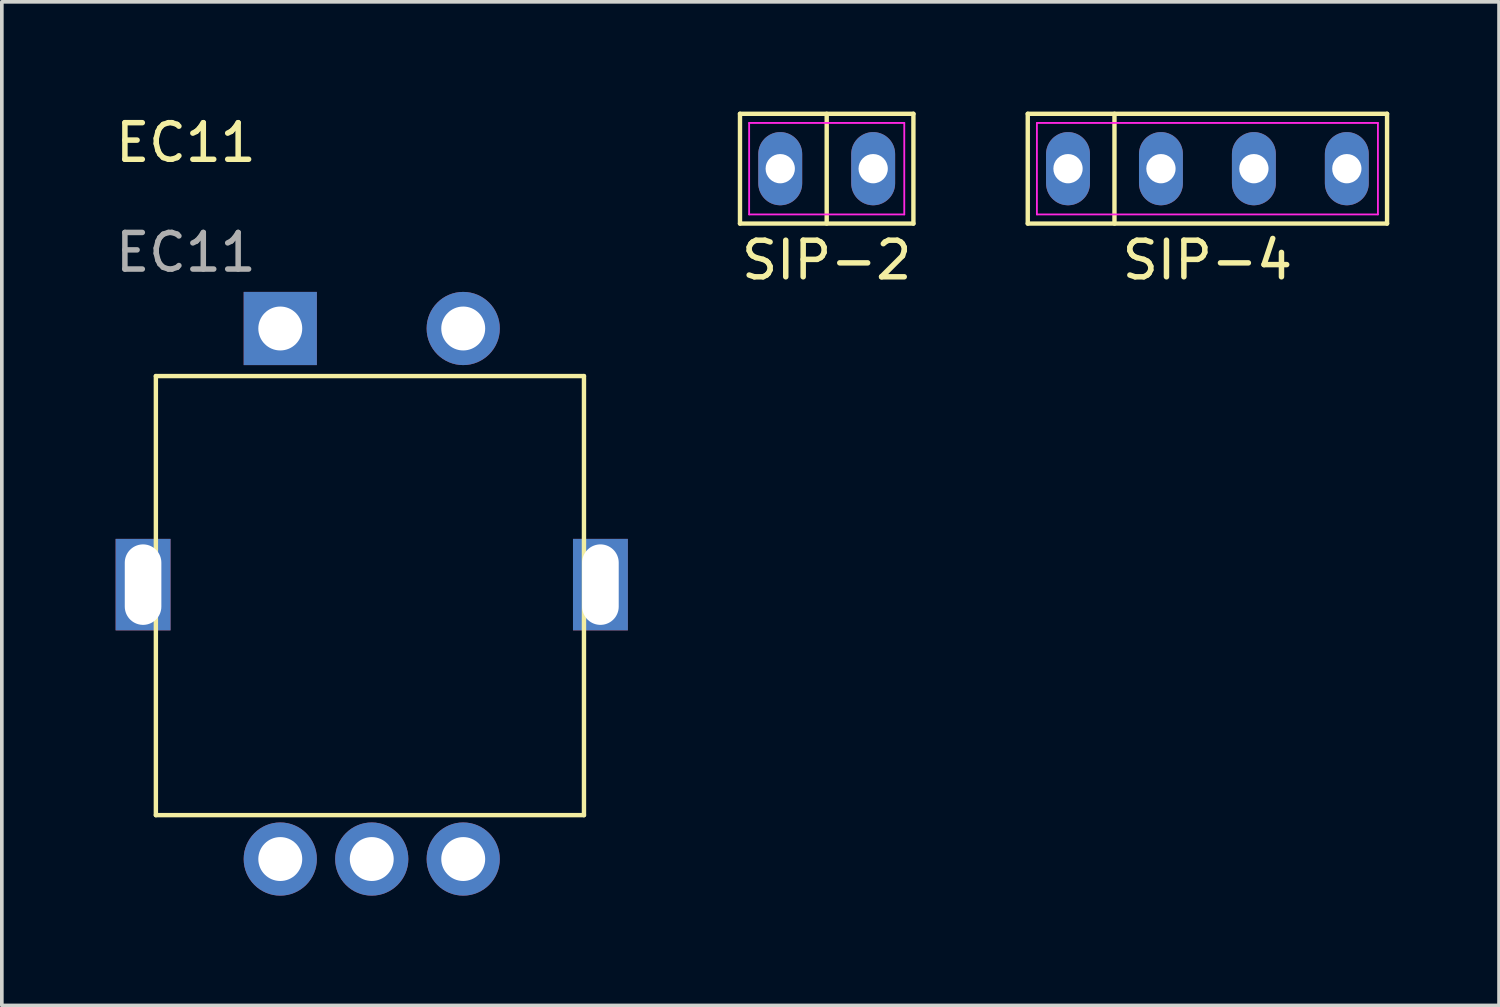
<source format=kicad_pcb>
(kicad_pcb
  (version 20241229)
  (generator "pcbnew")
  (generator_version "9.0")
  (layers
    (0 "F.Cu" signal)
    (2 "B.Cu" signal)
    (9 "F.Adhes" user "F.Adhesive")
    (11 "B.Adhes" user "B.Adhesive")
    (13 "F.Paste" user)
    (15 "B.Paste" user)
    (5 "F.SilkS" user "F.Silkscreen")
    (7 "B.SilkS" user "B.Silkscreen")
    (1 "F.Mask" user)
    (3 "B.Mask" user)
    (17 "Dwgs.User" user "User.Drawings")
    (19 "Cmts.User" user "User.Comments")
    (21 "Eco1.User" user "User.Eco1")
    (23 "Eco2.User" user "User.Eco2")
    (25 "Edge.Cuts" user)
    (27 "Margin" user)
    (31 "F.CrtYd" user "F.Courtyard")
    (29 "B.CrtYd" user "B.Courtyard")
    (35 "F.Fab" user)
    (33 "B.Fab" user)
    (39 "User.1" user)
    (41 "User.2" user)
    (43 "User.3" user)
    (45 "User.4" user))
  (footprint "SIP-2"
    (layer "F.Cu")
    (at 19.544 1.56)
    (property "Reference" "SIP-2" (at 0 2.5 0) (layer "F.SilkS") (effects (font (size 1 1) (thickness 0.15))))
    (fp_line (start -2.37 -1.5) (end 2.37 -1.5) (stroke (width 0.12) (type solid)) (layer "F.SilkS"))
    (fp_line (start -2.37 1.5) (end -2.37 -1.5) (stroke (width 0.12) (type solid)) (layer "F.SilkS"))
    (fp_line (start 0 -1.5) (end 0 1.5) (stroke (width 0.12) (type solid)) (layer "F.SilkS"))
    (fp_line (start 2.37 -1.5) (end 2.37 1.5) (stroke (width 0.12) (type solid)) (layer "F.SilkS"))
    (fp_line (start 2.37 1.5) (end -2.37 1.5) (stroke (width 0.12) (type solid)) (layer "F.SilkS"))
    (fp_line (start -2.12 -1.25) (end 2.12 -1.25) (stroke (width 0.05) (type solid)) (layer "F.CrtYd"))
    (fp_line (start -2.12 1.25) (end -2.12 -1.25) (stroke (width 0.05) (type solid)) (layer "F.CrtYd"))
    (fp_line (start 2.12 -1.25) (end 2.12 1.25) (stroke (width 0.05) (type solid)) (layer "F.CrtYd"))
    (fp_line (start 2.12 1.25) (end -2.12 1.25) (stroke (width 0.05) (type solid)) (layer "F.CrtYd"))
    (pad "1" thru_hole oval (at -1.27 0) (size 1.2 2) (drill 0.8) (layers "*.Cu" "*.Mask"))
    (pad "2" thru_hole oval (at 1.27 0) (size 1.2 2) (drill 0.8) (layers "*.Cu" "*.Mask")))
  (footprint "EC11"
    (layer "F.Cu")
    (at 7.11 12.928)
    (property "Reference" "EC11" (at -5.08 -12.08 0) (unlocked yes) (layer "F.SilkS") (effects (font (size 1 1) (thickness 0.15))))
    (attr through_hole)
    (fp_line (start -5.9 -5.7) (end 5.8 -5.7) (stroke (width 0.12) (type solid)) (layer "F.SilkS"))
    (fp_line (start -5.9 6.3) (end -5.9 -5.7) (stroke (width 0.12) (type solid)) (layer "F.SilkS"))
    (fp_line (start 5.8 -5.7) (end 5.8 6.3) (stroke (width 0.12) (type solid)) (layer "F.SilkS"))
    (fp_line (start 5.8 6.3) (end -5.9 6.3) (stroke (width 0.12) (type solid)) (layer "F.SilkS"))
    (fp_text user "${REFERENCE}" (at -5.08 -9.08 0) (unlocked yes) (layer "F.Fab") (effects (font (size 1 1) (thickness 0.15))))
    (pad "6" thru_hole rect (at -6.25 0) (size 1.5 2.5) (drill oval 1 2.2) (layers "*.Cu" "*.Mask"))
    (pad "7" thru_hole rect (at 6.25 0) (size 1.5 2.5) (drill oval 1 2.2) (layers "*.Cu" "*.Mask"))
    (pad "A" thru_hole circle (at -2.5 7.5) (size 2 2) (drill 1.2) (layers "*.Cu" "*.Mask"))
    (pad "B" thru_hole circle (at 2.5 7.5) (size 2 2) (drill 1.2) (layers "*.Cu" "*.Mask"))
    (pad "C" thru_hole circle (at 0 7.5) (size 2 2) (drill 1.2) (layers "*.Cu" "*.Mask"))
    (pad "S1" thru_hole rect (at -2.5 -7) (size 2 2) (drill 1.2) (layers "*.Cu" "*.Mask"))
    (pad "S2" thru_hole circle (at 2.5 -7) (size 2 2) (drill 1.2) (layers "*.Cu" "*.Mask")))
  (footprint "SIP-4"
    (layer "F.Cu")
    (at 29.949 1.56)
    (property "Reference" "SIP-4" (at 0 2.5 0) (layer "F.SilkS") (effects (font (size 1 1) (thickness 0.15))))
    (fp_line (start -4.91 -1.5) (end 4.91 -1.5) (stroke (width 0.12) (type solid)) (layer "F.SilkS"))
    (fp_line (start -4.91 1.5) (end -4.91 -1.5) (stroke (width 0.12) (type solid)) (layer "F.SilkS"))
    (fp_line (start -2.54 -1.5) (end -2.54 1.5) (stroke (width 0.12) (type solid)) (layer "F.SilkS"))
    (fp_line (start 4.91 -1.5) (end 4.91 1.5) (stroke (width 0.12) (type solid)) (layer "F.SilkS"))
    (fp_line (start 4.91 1.5) (end -4.91 1.5) (stroke (width 0.12) (type solid)) (layer "F.SilkS"))
    (fp_line (start -4.66 -1.25) (end 4.66 -1.25) (stroke (width 0.05) (type solid)) (layer "F.CrtYd"))
    (fp_line (start -4.66 1.25) (end -4.66 -1.25) (stroke (width 0.05) (type solid)) (layer "F.CrtYd"))
    (fp_line (start 4.66 -1.25) (end 4.66 1.25) (stroke (width 0.05) (type solid)) (layer "F.CrtYd"))
    (fp_line (start 4.66 1.25) (end -4.66 1.25) (stroke (width 0.05) (type solid)) (layer "F.CrtYd"))
    (pad "1" thru_hole oval (at -3.81 0) (size 1.2 2) (drill 0.8) (layers "*.Cu" "*.Mask"))
    (pad "2" thru_hole oval (at -1.27 0) (size 1.2 2) (drill 0.8) (layers "*.Cu" "*.Mask"))
    (pad "3" thru_hole oval (at 1.27 0) (size 1.2 2) (drill 0.8) (layers "*.Cu" "*.Mask"))
    (pad "4" thru_hole oval (at 3.81 0) (size 1.2 2) (drill 0.8) (layers "*.Cu" "*.Mask")))
  (gr_rect
    (start -3 -3)
    (end 37.919 24.428)
    (stroke (width 0.1) (type default))
    (fill no)
    (layer "Edge.Cuts")))
</source>
